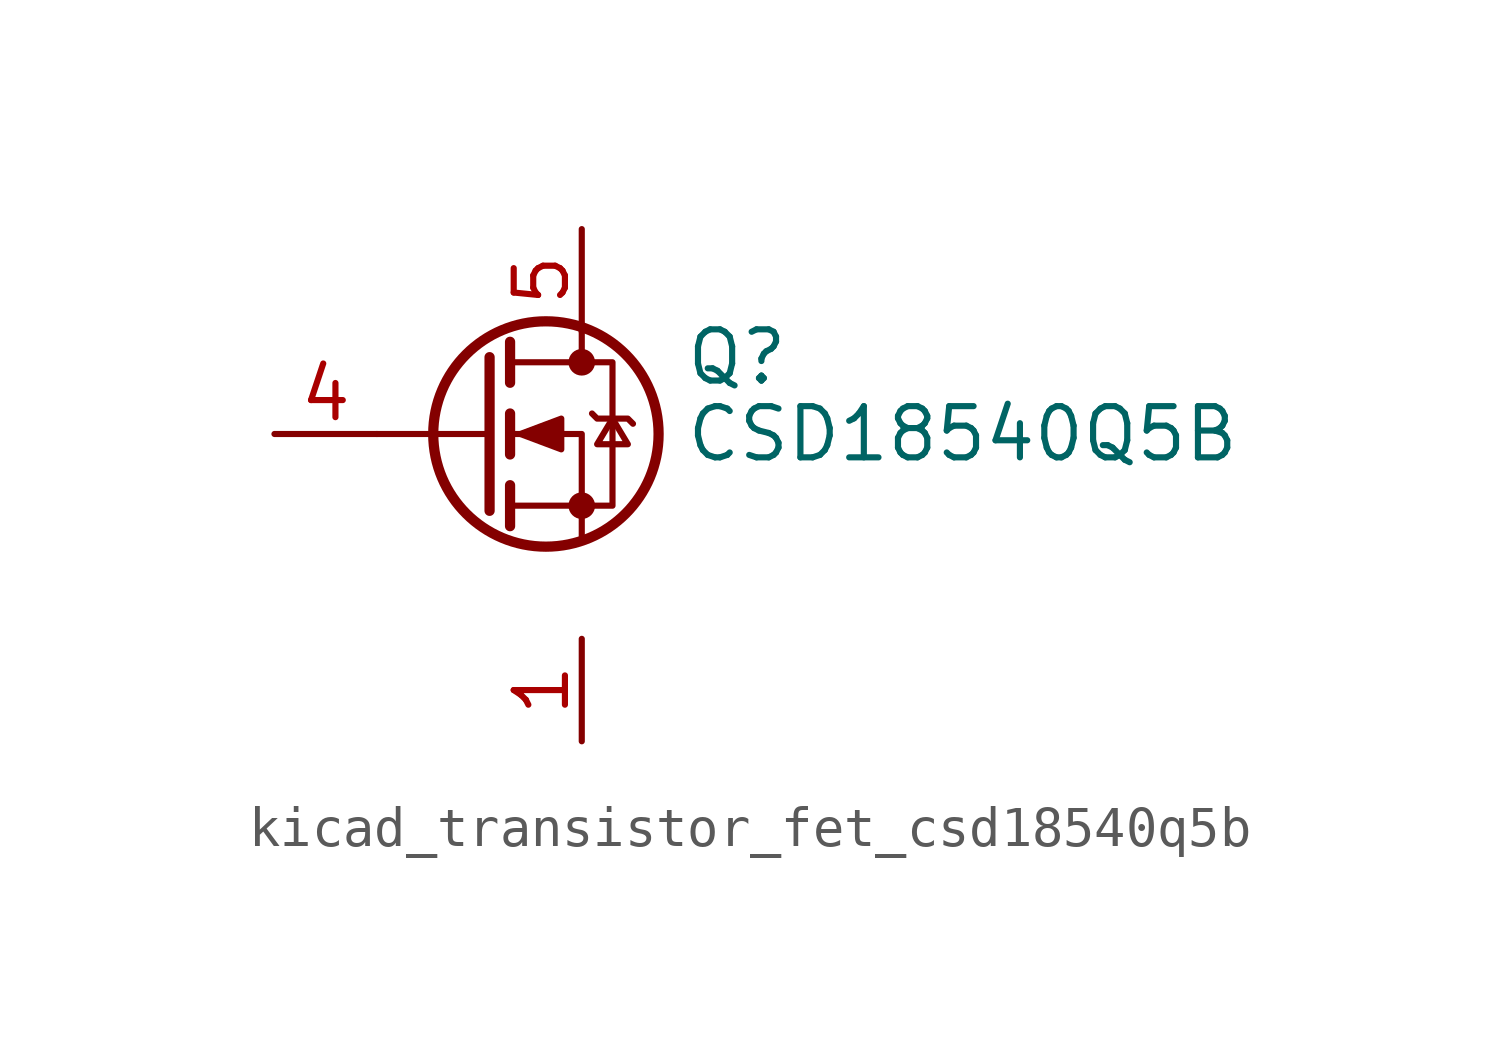
<source format=kicad_sym>
(kicad_symbol_lib
  (version 20220914)
  (generator kicad_symbol_editor)
  (symbol "kicad_transistor_fet_csd18540q5b"
    (pin_names hide)
    (property "Reference" "Q"
      (at 5.08 1.905 0)
      (effects (font (size 1.27 1.27)) (justify left)))
    (property "Value" "CSD18540Q5B"
      (at 5.08 0 0)
      (effects (font (size 1.27 1.27)) (justify left)))
    (symbol "kicad_transistor_fet_csd18540q5b_0_1"
      (polyline (pts (xy 0.254 0) (xy -2.54 0)) (stroke (width 0) (type default)) (fill (type none)))
      (polyline (pts (xy 0.254 1.905) (xy 0.254 -1.905)) (stroke (width 0.254) (type default)) (fill (type none)))
      (polyline (pts (xy 0.762 -1.27) (xy 0.762 -2.286)) (stroke (width 0.254) (type default)) (fill (type none)))
      (polyline (pts (xy 0.762 0.508) (xy 0.762 -0.508)) (stroke (width 0.254) (type default)) (fill (type none)))
      (polyline (pts (xy 0.762 2.286) (xy 0.762 1.27)) (stroke (width 0.254) (type default)) (fill (type none)))
      (polyline (pts (xy 2.54 2.54) (xy 2.54 1.778)) (stroke (width 0) (type default)) (fill (type none)))
      (polyline (pts (xy 2.54 -2.54) (xy 2.54 0) (xy 0.762 0)) (stroke (width 0) (type default)) (fill (type none)))
      (polyline (pts (xy 0.762 -1.778) (xy 3.302 -1.778) (xy 3.302 1.778) (xy 0.762 1.778)) (stroke (width 0) (type default)) (fill (type none)))
      (polyline (pts (xy 1.016 0) (xy 2.032 0.381) (xy 2.032 -0.381) (xy 1.016 0)) (stroke (width 0) (type default)) (fill (type outline)))
      (polyline (pts (xy 2.794 0.508) (xy 2.921 0.381) (xy 3.683 0.381) (xy 3.81 0.254)) (stroke (width 0) (type default)) (fill (type none)))
      (polyline (pts (xy 3.302 0.381) (xy 2.921 -0.254) (xy 3.683 -0.254) (xy 3.302 0.381)) (stroke (width 0) (type default)) (fill (type none)))
      (circle (center 1.651 0) (radius 2.794) (stroke (width 0.254) (type default)) (fill (type none)))
      (circle (center 2.54 -1.778) (radius 0.254) (stroke (width 0) (type default)) (fill (type outline)))
      (circle (center 2.54 1.778) (radius 0.254) (stroke (width 0) (type default)) (fill (type outline))))
    (symbol "kicad_transistor_fet_csd18540q5b_1_1"
      (pin passive line (at 2.54 -5.08 270) (length 2.54) (name "S" (effects (font (size 1.27 1.27)))) (number "1" (effects (font (size 1.27 1.27)))))
      (pin passive line (at 2.54 -5.08 270) (length 2.54) hide (name "S" (effects (font (size 1.27 1.27)))) (number "2" (effects (font (size 1.27 1.27)))))
      (pin passive line (at 2.54 -5.08 90) (length 2.54) hide (name "S" (effects (font (size 1.27 1.27)))) (number "3" (effects (font (size 1.27 1.27)))))
      (pin passive line (at -5.08 0 0) (length 2.54) (name "G" (effects (font (size 1.27 1.27)))) (number "4" (effects (font (size 1.27 1.27)))))
      (pin passive line (at 2.54 5.08 270) (length 2.54) (name "D" (effects (font (size 1.27 1.27)))) (number "5" (effects (font (size 1.27 1.27))))))))
</source>
